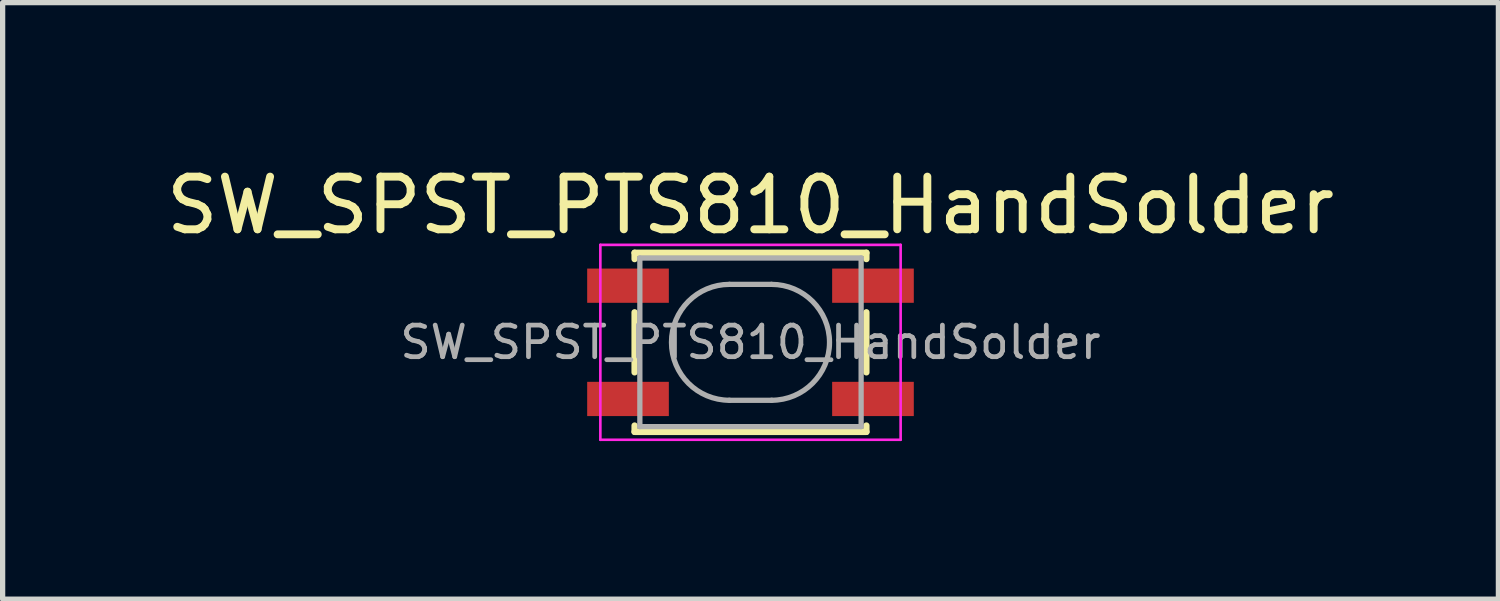
<source format=kicad_pcb>
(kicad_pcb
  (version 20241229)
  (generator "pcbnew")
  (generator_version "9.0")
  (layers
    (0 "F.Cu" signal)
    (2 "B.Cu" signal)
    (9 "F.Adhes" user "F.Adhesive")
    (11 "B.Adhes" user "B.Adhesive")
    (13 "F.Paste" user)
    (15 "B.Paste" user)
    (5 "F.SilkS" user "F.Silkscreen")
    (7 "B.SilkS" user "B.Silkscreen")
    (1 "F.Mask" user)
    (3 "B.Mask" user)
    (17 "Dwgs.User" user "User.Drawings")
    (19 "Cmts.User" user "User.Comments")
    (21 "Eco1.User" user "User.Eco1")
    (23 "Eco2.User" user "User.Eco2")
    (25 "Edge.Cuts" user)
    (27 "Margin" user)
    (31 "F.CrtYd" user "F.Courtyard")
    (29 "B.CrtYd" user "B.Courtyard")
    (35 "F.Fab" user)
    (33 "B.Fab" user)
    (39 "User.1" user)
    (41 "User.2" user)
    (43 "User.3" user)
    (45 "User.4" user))
  (footprint "SW_SPST_PTS810_HandSolder"
    (layer "F.Cu")
    (at 11.196 3.448)
    (property "Reference" "SW_SPST_PTS810_HandSolder" (at 0 -2.6 0) (layer "F.SilkS") (effects (font (size 1 1) (thickness 0.15))))
    (attr smd)
    (fp_line (start -2.2 -1.7) (end -2.2 -1.58) (stroke (width 0.12) (type solid)) (layer "F.SilkS"))
    (fp_line (start -2.2 -0.57) (end -2.2 0.57) (stroke (width 0.12) (type solid)) (layer "F.SilkS"))
    (fp_line (start -2.2 1.58) (end -2.2 1.7) (stroke (width 0.12) (type solid)) (layer "F.SilkS"))
    (fp_line (start -2.2 1.7) (end 2.2 1.7) (stroke (width 0.12) (type solid)) (layer "F.SilkS"))
    (fp_line (start 2.2 -1.7) (end -2.2 -1.7) (stroke (width 0.12) (type solid)) (layer "F.SilkS"))
    (fp_line (start 2.2 -1.58) (end 2.2 -1.7) (stroke (width 0.12) (type solid)) (layer "F.SilkS"))
    (fp_line (start 2.2 0.57) (end 2.2 -0.57) (stroke (width 0.12) (type solid)) (layer "F.SilkS"))
    (fp_line (start 2.2 1.7) (end 2.2 1.58) (stroke (width 0.12) (type solid)) (layer "F.SilkS"))
    (fp_line (start -2.85 -1.85) (end 2.85 -1.85) (stroke (width 0.05) (type solid)) (layer "F.CrtYd"))
    (fp_line (start -2.85 1.85) (end -2.85 -1.85) (stroke (width 0.05) (type solid)) (layer "F.CrtYd"))
    (fp_line (start 2.85 -1.85) (end 2.85 1.85) (stroke (width 0.05) (type solid)) (layer "F.CrtYd"))
    (fp_line (start 2.85 1.85) (end -2.85 1.85) (stroke (width 0.05) (type solid)) (layer "F.CrtYd"))
    (fp_line (start -2.1 -1.6) (end -2.1 1.6) (stroke (width 0.1) (type solid)) (layer "F.Fab"))
    (fp_line (start -2.1 1.6) (end 2.1 1.6) (stroke (width 0.1) (type solid)) (layer "F.Fab"))
    (fp_line (start -0.4 -1.1) (end 0.4 -1.1) (stroke (width 0.1) (type solid)) (layer "F.Fab"))
    (fp_line (start 0.4 1.1) (end -0.4 1.1) (stroke (width 0.1) (type solid)) (layer "F.Fab"))
    (fp_line (start 2.1 -1.6) (end -2.1 -1.6) (stroke (width 0.1) (type solid)) (layer "F.Fab"))
    (fp_line (start 2.1 1.6) (end 2.1 -1.6) (stroke (width 0.1) (type solid)) (layer "F.Fab"))
    (fp_arc (start -0.4 1.1) (mid -1.5 0) (end -0.4 -1.1) (stroke (width 0.1) (type solid)) (layer "F.Fab"))
    (fp_arc (start 0.4 -1.1) (mid 1.5 0) (end 0.4 1.1) (stroke (width 0.1) (type solid)) (layer "F.Fab"))
    (fp_text user "${REFERENCE}" (at 0 0 0) (layer "F.Fab") (effects (font (size 0.6 0.6) (thickness 0.09))))
    (pad "1" smd rect (at -2.325 -1.075) (size 1.55 0.65) (layers "F.Cu" "F.Mask" "F.Paste"))
    (pad "1" smd rect (at 2.325 -1.075) (size 1.55 0.65) (layers "F.Cu" "F.Mask" "F.Paste"))
    (pad "2" smd rect (at -2.325 1.075) (size 1.55 0.65) (layers "F.Cu" "F.Mask" "F.Paste"))
    (pad "2" smd rect (at 2.325 1.075) (size 1.55 0.65) (layers "F.Cu" "F.Mask" "F.Paste")))
  (gr_rect
    (start -3 -3)
    (end 25.393 8.323)
    (stroke (width 0.1) (type default))
    (fill no)
    (layer "Edge.Cuts")))
</source>
